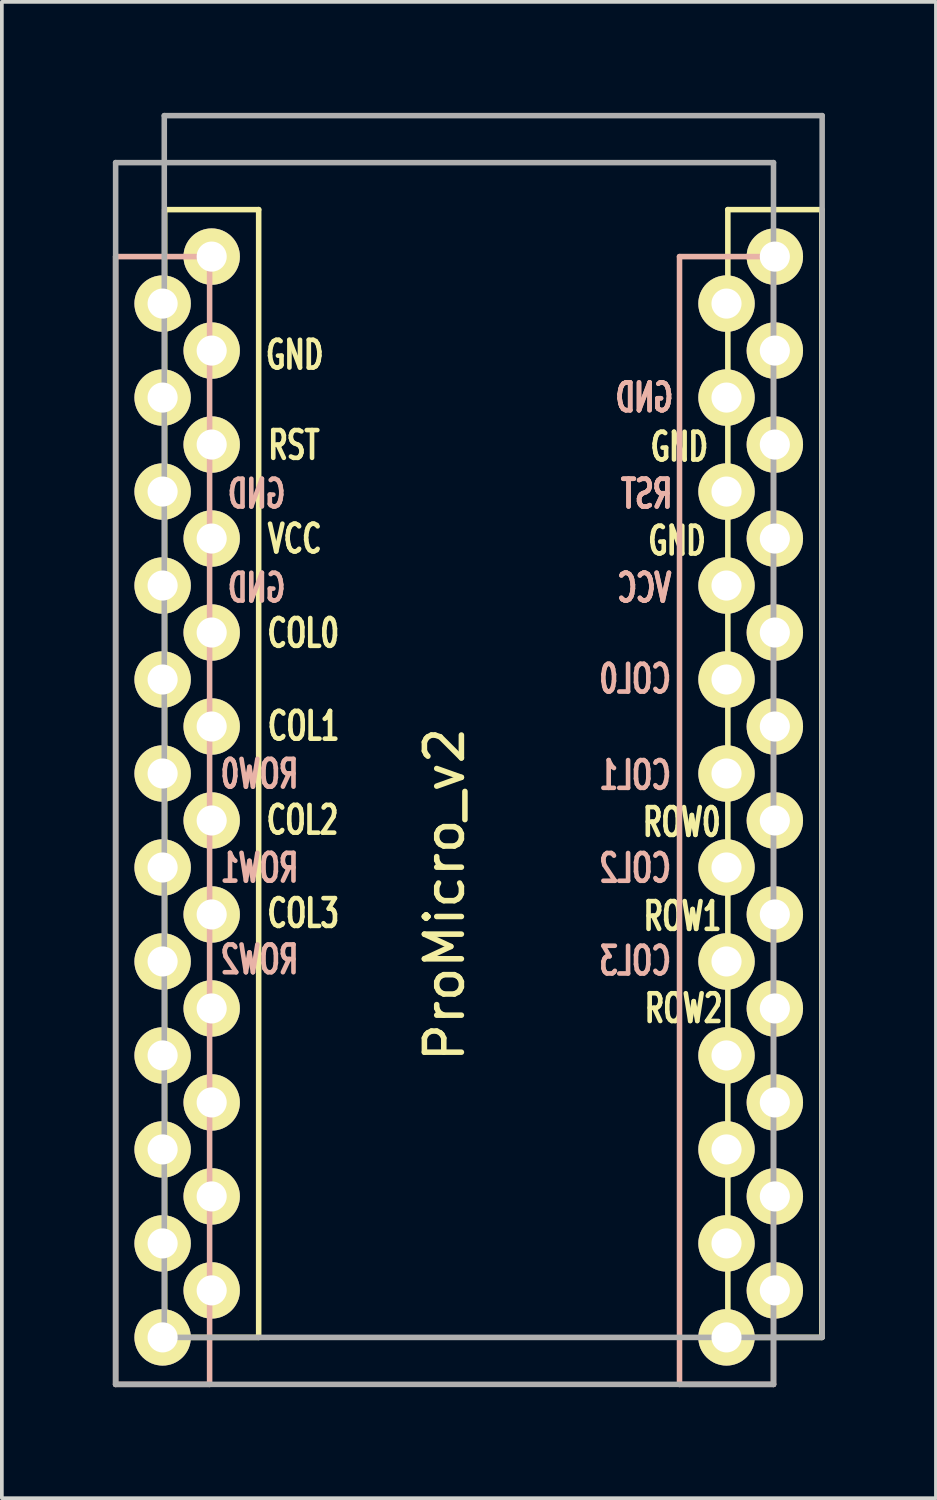
<source format=kicad_pcb>
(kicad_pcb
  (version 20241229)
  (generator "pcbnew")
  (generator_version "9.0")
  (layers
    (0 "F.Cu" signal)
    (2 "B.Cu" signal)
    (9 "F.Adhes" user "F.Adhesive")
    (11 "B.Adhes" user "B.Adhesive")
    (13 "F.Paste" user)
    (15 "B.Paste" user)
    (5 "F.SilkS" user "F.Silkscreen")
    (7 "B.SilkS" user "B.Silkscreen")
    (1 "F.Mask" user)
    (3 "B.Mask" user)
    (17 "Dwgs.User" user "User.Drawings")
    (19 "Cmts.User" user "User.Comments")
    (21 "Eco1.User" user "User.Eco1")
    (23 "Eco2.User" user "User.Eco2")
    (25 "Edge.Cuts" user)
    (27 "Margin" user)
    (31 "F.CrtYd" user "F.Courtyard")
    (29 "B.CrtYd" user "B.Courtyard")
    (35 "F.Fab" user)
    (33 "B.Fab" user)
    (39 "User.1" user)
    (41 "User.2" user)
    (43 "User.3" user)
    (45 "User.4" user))
  (footprint "ProMicro_v2"
    (layer "F.Cu")
    (at 10.235 18.363)
    (property "Reference" "ProMicro_v2" (at -1.27 2.762 90) (layer "F.SilkS") (effects (font (size 1 1) (thickness 0.15))))
    (attr through_hole)
    (fp_line (start -8.834 -15.748) (end -6.294 -15.748) (stroke (width 0.15) (type solid)) (layer "F.SilkS"))
    (fp_line (start -8.834 14.732) (end -8.834 -15.748) (stroke (width 0.15) (type solid)) (layer "F.SilkS"))
    (fp_line (start -6.294 -15.748) (end -6.294 14.732) (stroke (width 0.15) (type solid)) (layer "F.SilkS"))
    (fp_line (start -6.294 14.732) (end -8.834 14.732) (stroke (width 0.15) (type solid)) (layer "F.SilkS"))
    (fp_line (start 6.386 -15.748) (end 8.926 -15.748) (stroke (width 0.15) (type solid)) (layer "F.SilkS"))
    (fp_line (start 6.386 14.732) (end 6.386 -15.748) (stroke (width 0.15) (type solid)) (layer "F.SilkS"))
    (fp_line (start 8.926 -15.748) (end 8.926 14.732) (stroke (width 0.15) (type solid)) (layer "F.SilkS"))
    (fp_line (start 8.926 14.732) (end 6.386 14.732) (stroke (width 0.15) (type solid)) (layer "F.SilkS"))
    (fp_line (start -10.16 -14.478) (end -7.62 -14.478) (stroke (width 0.15) (type solid)) (layer "B.SilkS"))
    (fp_line (start -10.16 16.002) (end -10.16 -14.478) (stroke (width 0.15) (type solid)) (layer "B.SilkS"))
    (fp_line (start -7.62 -14.478) (end -7.62 16.002) (stroke (width 0.15) (type solid)) (layer "B.SilkS"))
    (fp_line (start -7.62 16.002) (end -10.16 16.002) (stroke (width 0.15) (type solid)) (layer "B.SilkS"))
    (fp_line (start 5.08 -14.478) (end 7.62 -14.478) (stroke (width 0.15) (type solid)) (layer "B.SilkS"))
    (fp_line (start 5.08 16.002) (end 5.08 -14.478) (stroke (width 0.15) (type solid)) (layer "B.SilkS"))
    (fp_line (start 7.62 -14.478) (end 7.62 16.002) (stroke (width 0.15) (type solid)) (layer "B.SilkS"))
    (fp_line (start 7.62 16.002) (end 5.08 16.002) (stroke (width 0.15) (type solid)) (layer "B.SilkS"))
    (fp_line (start -10.16 -17.018) (end 7.62 -17.018) (stroke (width 0.15) (type solid)) (layer "F.Fab"))
    (fp_line (start -10.16 16.002) (end -10.16 -17.018) (stroke (width 0.15) (type solid)) (layer "F.Fab"))
    (fp_line (start -8.845 -18.288) (end 8.935 -18.288) (stroke (width 0.15) (type solid)) (layer "F.Fab"))
    (fp_line (start -8.845 14.732) (end -8.845 -18.288) (stroke (width 0.15) (type solid)) (layer "F.Fab"))
    (fp_line (start 7.62 -17.018) (end 7.62 16.002) (stroke (width 0.15) (type solid)) (layer "F.Fab"))
    (fp_line (start 7.62 16.002) (end -10.16 16.002) (stroke (width 0.15) (type solid)) (layer "F.Fab"))
    (fp_line (start 8.935 -18.288) (end 8.935 14.732) (stroke (width 0.15) (type solid)) (layer "F.Fab"))
    (fp_line (start 8.935 14.732) (end -8.845 14.732) (stroke (width 0.15) (type solid)) (layer "F.Fab"))
    (fp_text user "ROW0" (at 5.14 0.81 0) (layer "F.SilkS") (effects (font (size 0.75 0.5) (thickness 0.125))))
    (fp_text user "GND" (at 5.074 -9.335 0) (layer "F.SilkS") (effects (font (size 0.75 0.5) (thickness 0.125))))
    (fp_text user "COL2" (at -5.11 0.75 0) (layer "F.SilkS") (effects (font (size 0.75 0.5) (thickness 0.125))))
    (fp_text user "RST" (at -5.34 -9.38 0) (layer "F.SilkS") (effects (font (size 0.75 0.5) (thickness 0.125))))
    (fp_text user "GND" (at 5.011 -6.795 0) (layer "F.SilkS") (effects (font (size 0.75 0.5) (thickness 0.125))))
    (fp_text user "ROW2" (at 5.19 5.84 0) (layer "F.SilkS") (effects (font (size 0.75 0.5) (thickness 0.125))))
    (fp_text user "VCC" (at -5.32 -6.85 0) (layer "F.SilkS") (effects (font (size 0.75 0.5) (thickness 0.125))))
    (fp_text user "ROW1" (at 5.16 3.35 0) (layer "F.SilkS") (effects (font (size 0.75 0.5) (thickness 0.125))))
    (fp_text user "GND" (at -5.32 -11.82 0) (layer "F.SilkS") (effects (font (size 0.75 0.5) (thickness 0.125))))
    (fp_text user "COL0" (at -5.09 -4.3 0) (layer "F.SilkS") (effects (font (size 0.75 0.5) (thickness 0.125))))
    (fp_text user "COL1" (at -5.08 -1.79 0) (layer "F.SilkS") (effects (font (size 0.75 0.5) (thickness 0.125))))
    (fp_text user "COL3" (at -5.09 3.27 0) (layer "F.SilkS") (effects (font (size 0.75 0.5) (thickness 0.125))))
    (fp_text user "" (at -1.206 -16.256 0) (layer "B.SilkS") (effects (font (size 1 1) (thickness 0.15)) (justify mirror)))
    (fp_text user "" (at -1.206 -16.256 0) (layer "B.SilkS") (effects (font (size 1 1) (thickness 0.15)) (justify mirror)))
    (fp_text user "COL1" (at 3.88 -0.461 0) (layer "B.SilkS") (effects (font (size 0.75 0.5) (thickness 0.125)) (justify mirror)))
    (fp_text user "COL2" (at 3.88 2.05 0) (layer "B.SilkS") (effects (font (size 0.75 0.5) (thickness 0.125)) (justify mirror)))
    (fp_text user "GND" (at 4.128 -10.668 0) (layer "B.SilkS") (effects (font (size 0.75 0.5) (thickness 0.125)) (justify mirror)))
    (fp_text user "RST" (at 4.191 -8.065 0) (layer "B.SilkS") (effects (font (size 0.75 0.5) (thickness 0.125)) (justify mirror)))
    (fp_text user "GND" (at 4.128 -10.668 0) (layer "B.SilkS") (effects (font (size 0.75 0.5) (thickness 0.125)) (justify mirror)))
    (fp_text user "ROW1" (at -6.27 2.046 0) (layer "B.SilkS") (effects (font (size 0.75 0.5) (thickness 0.125)) (justify mirror)))
    (fp_text user "RST" (at 4.191 -8.065 0) (layer "B.SilkS") (effects (font (size 0.75 0.5) (thickness 0.125)) (justify mirror)))
    (fp_text user "VCC" (at 4.128 -5.524 0) (layer "B.SilkS") (effects (font (size 0.75 0.5) (thickness 0.125)) (justify mirror)))
    (fp_text user "COL3" (at 3.88 4.556 0) (layer "B.SilkS") (effects (font (size 0.75 0.5) (thickness 0.125)) (justify mirror)))
    (fp_text user "GND" (at -6.35 -8.065 0) (layer "B.SilkS") (effects (font (size 0.75 0.5) (thickness 0.125)) (justify mirror)))
    (fp_text user "GND" (at -6.35 -5.524 0) (layer "B.SilkS") (effects (font (size 0.75 0.5) (thickness 0.125)) (justify mirror)))
    (fp_text user "ROW0" (at -6.27 -0.494 0) (layer "B.SilkS") (effects (font (size 0.75 0.5) (thickness 0.125)) (justify mirror)))
    (fp_text user "VCC" (at 4.128 -5.524 0) (layer "B.SilkS") (effects (font (size 0.75 0.5) (thickness 0.125)) (justify mirror)))
    (fp_text user "COL0" (at 3.88 -3.064 0) (layer "B.SilkS") (effects (font (size 0.75 0.5) (thickness 0.125)) (justify mirror)))
    (fp_text user "ROW2" (at -6.27 4.522 0) (layer "B.SilkS") (effects (font (size 0.75 0.5) (thickness 0.125)) (justify mirror)))
    (pad "1" thru_hole circle (at -8.89 -13.208) (size 1.524 1.524) (drill 0.813) (layers "*.Cu" "*.Mask" "F.SilkS"))
    (pad "1" thru_hole circle (at 7.656 -14.478) (size 1.524 1.524) (drill 0.813) (layers "*.Cu" "*.Mask" "F.SilkS"))
    (pad "2" thru_hole circle (at -8.89 -10.668) (size 1.524 1.524) (drill 0.813) (layers "*.Cu" "*.Mask" "F.SilkS"))
    (pad "2" thru_hole circle (at 7.656 -11.938) (size 1.524 1.524) (drill 0.813) (layers "*.Cu" "*.Mask" "F.SilkS"))
    (pad "3" thru_hole circle (at -8.89 -8.128) (size 1.524 1.524) (drill 0.813) (layers "*.Cu" "*.Mask" "F.SilkS"))
    (pad "3" thru_hole circle (at 7.656 -9.398) (size 1.524 1.524) (drill 0.813) (layers "*.Cu" "*.Mask" "F.SilkS"))
    (pad "4" thru_hole circle (at -8.89 -5.588) (size 1.524 1.524) (drill 0.813) (layers "*.Cu" "*.Mask" "F.SilkS"))
    (pad "4" thru_hole circle (at 7.656 -6.858) (size 1.524 1.524) (drill 0.813) (layers "*.Cu" "*.Mask" "F.SilkS"))
    (pad "5" thru_hole circle (at -8.89 -3.048) (size 1.524 1.524) (drill 0.813) (layers "*.Cu" "*.Mask" "F.SilkS"))
    (pad "5" thru_hole circle (at 7.656 -4.318) (size 1.524 1.524) (drill 0.813) (layers "*.Cu" "*.Mask" "F.SilkS"))
    (pad "6" thru_hole circle (at -8.89 -0.508) (size 1.524 1.524) (drill 0.813) (layers "*.Cu" "*.Mask" "F.SilkS"))
    (pad "6" thru_hole circle (at 7.656 -1.778) (size 1.524 1.524) (drill 0.813) (layers "*.Cu" "*.Mask" "F.SilkS"))
    (pad "7" thru_hole circle (at -8.89 2.032) (size 1.524 1.524) (drill 0.813) (layers "*.Cu" "*.Mask" "F.SilkS"))
    (pad "7" thru_hole circle (at 7.656 0.762) (size 1.524 1.524) (drill 0.813) (layers "*.Cu" "*.Mask" "F.SilkS"))
    (pad "8" thru_hole circle (at -8.89 4.572) (size 1.524 1.524) (drill 0.813) (layers "*.Cu" "*.Mask" "F.SilkS"))
    (pad "8" thru_hole circle (at 7.656 3.302) (size 1.524 1.524) (drill 0.813) (layers "*.Cu" "*.Mask" "F.SilkS"))
    (pad "9" thru_hole circle (at -8.89 7.112) (size 1.524 1.524) (drill 0.813) (layers "*.Cu" "*.Mask" "F.SilkS"))
    (pad "9" thru_hole circle (at 7.656 5.842) (size 1.524 1.524) (drill 0.813) (layers "*.Cu" "*.Mask" "F.SilkS"))
    (pad "10" thru_hole circle (at -8.89 9.652) (size 1.524 1.524) (drill 0.813) (layers "*.Cu" "*.Mask" "F.SilkS"))
    (pad "10" thru_hole circle (at 7.656 8.382) (size 1.524 1.524) (drill 0.813) (layers "*.Cu" "*.Mask" "F.SilkS"))
    (pad "11" thru_hole circle (at -8.89 12.192) (size 1.524 1.524) (drill 0.813) (layers "*.Cu" "*.Mask" "F.SilkS"))
    (pad "11" thru_hole circle (at 7.656 10.922) (size 1.524 1.524) (drill 0.813) (layers "*.Cu" "*.Mask" "F.SilkS"))
    (pad "12" thru_hole circle (at -8.89 14.732) (size 1.524 1.524) (drill 0.813) (layers "*.Cu" "*.Mask" "F.SilkS"))
    (pad "12" thru_hole circle (at 7.656 13.462) (size 1.524 1.524) (drill 0.813) (layers "*.Cu" "*.Mask" "F.SilkS"))
    (pad "13" thru_hole circle (at -7.564 13.462) (size 1.524 1.524) (drill 0.813) (layers "*.Cu" "*.Mask" "F.SilkS"))
    (pad "13" thru_hole circle (at 6.35 14.732) (size 1.524 1.524) (drill 0.813) (layers "*.Cu" "*.Mask" "F.SilkS"))
    (pad "14" thru_hole circle (at -7.564 10.922) (size 1.524 1.524) (drill 0.813) (layers "*.Cu" "*.Mask" "F.SilkS"))
    (pad "14" thru_hole circle (at 6.35 12.192) (size 1.524 1.524) (drill 0.813) (layers "*.Cu" "*.Mask" "F.SilkS"))
    (pad "15" thru_hole circle (at -7.564 8.382) (size 1.524 1.524) (drill 0.813) (layers "*.Cu" "*.Mask" "F.SilkS"))
    (pad "15" thru_hole circle (at 6.35 9.652) (size 1.524 1.524) (drill 0.813) (layers "*.Cu" "*.Mask" "F.SilkS"))
    (pad "16" thru_hole circle (at -7.564 5.842) (size 1.524 1.524) (drill 0.813) (layers "*.Cu" "*.Mask" "F.SilkS"))
    (pad "16" thru_hole circle (at 6.35 7.112) (size 1.524 1.524) (drill 0.813) (layers "*.Cu" "*.Mask" "F.SilkS"))
    (pad "17" thru_hole circle (at -7.564 3.302) (size 1.524 1.524) (drill 0.813) (layers "*.Cu" "*.Mask" "F.SilkS"))
    (pad "17" thru_hole circle (at 6.35 4.572) (size 1.524 1.524) (drill 0.813) (layers "*.Cu" "*.Mask" "F.SilkS"))
    (pad "18" thru_hole circle (at -7.564 0.762) (size 1.524 1.524) (drill 0.813) (layers "*.Cu" "*.Mask" "F.SilkS"))
    (pad "18" thru_hole circle (at 6.35 2.032) (size 1.524 1.524) (drill 0.813) (layers "*.Cu" "*.Mask" "F.SilkS"))
    (pad "19" thru_hole circle (at -7.564 -1.778) (size 1.524 1.524) (drill 0.813) (layers "*.Cu" "*.Mask" "F.SilkS"))
    (pad "19" thru_hole circle (at 6.35 -0.508) (size 1.524 1.524) (drill 0.813) (layers "*.Cu" "*.Mask" "F.SilkS"))
    (pad "20" thru_hole circle (at -7.564 -4.318) (size 1.524 1.524) (drill 0.813) (layers "*.Cu" "*.Mask" "F.SilkS"))
    (pad "20" thru_hole circle (at 6.35 -3.048) (size 1.524 1.524) (drill 0.813) (layers "*.Cu" "*.Mask" "F.SilkS"))
    (pad "21" thru_hole circle (at -7.564 -6.858) (size 1.524 1.524) (drill 0.813) (layers "*.Cu" "*.Mask" "F.SilkS"))
    (pad "21" thru_hole circle (at 6.35 -5.588) (size 1.524 1.524) (drill 0.813) (layers "*.Cu" "*.Mask" "F.SilkS"))
    (pad "22" thru_hole circle (at -7.564 -9.398) (size 1.524 1.524) (drill 0.813) (layers "*.Cu" "*.Mask" "F.SilkS"))
    (pad "22" thru_hole circle (at 6.35 -8.128) (size 1.524 1.524) (drill 0.813) (layers "*.Cu" "*.Mask" "F.SilkS"))
    (pad "23" thru_hole circle (at -7.564 -11.938) (size 1.524 1.524) (drill 0.813) (layers "*.Cu" "*.Mask" "F.SilkS"))
    (pad "23" thru_hole circle (at 6.35 -10.668) (size 1.524 1.524) (drill 0.813) (layers "*.Cu" "*.Mask" "F.SilkS"))
    (pad "24" thru_hole circle (at -7.564 -14.478) (size 1.524 1.524) (drill 0.813) (layers "*.Cu" "*.Mask" "F.SilkS"))
    (pad "24" thru_hole circle (at 6.35 -13.208) (size 1.524 1.524) (drill 0.813) (layers "*.Cu" "*.Mask" "F.SilkS")))
  (gr_rect
    (start -3 -3)
    (end 22.245 37.44)
    (stroke (width 0.1) (type default))
    (fill no)
    (layer "Edge.Cuts")))
</source>
